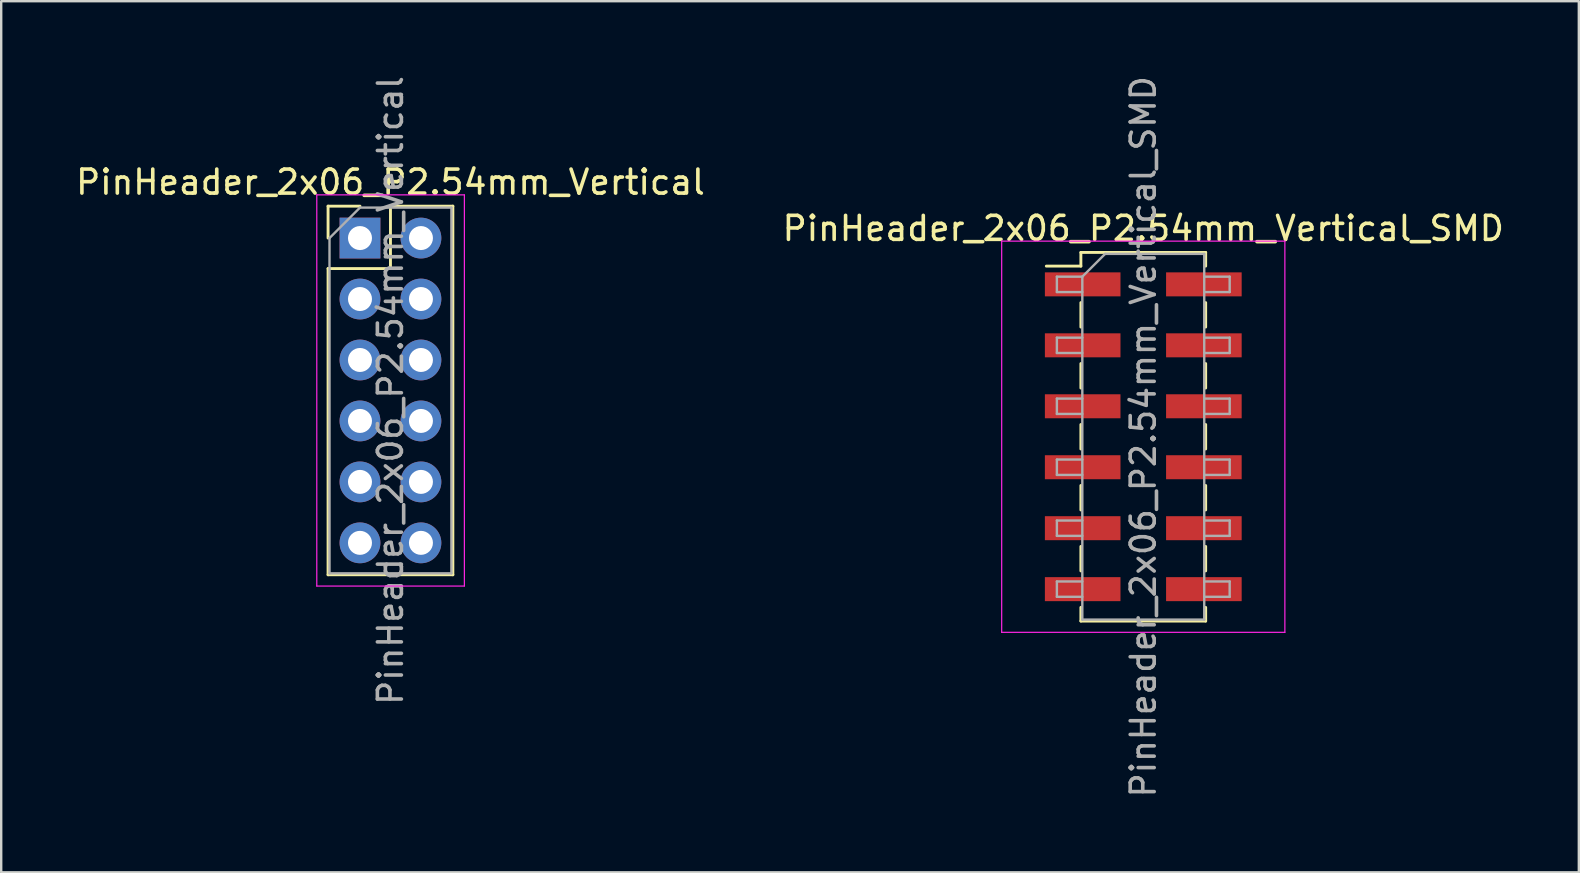
<source format=kicad_pcb>
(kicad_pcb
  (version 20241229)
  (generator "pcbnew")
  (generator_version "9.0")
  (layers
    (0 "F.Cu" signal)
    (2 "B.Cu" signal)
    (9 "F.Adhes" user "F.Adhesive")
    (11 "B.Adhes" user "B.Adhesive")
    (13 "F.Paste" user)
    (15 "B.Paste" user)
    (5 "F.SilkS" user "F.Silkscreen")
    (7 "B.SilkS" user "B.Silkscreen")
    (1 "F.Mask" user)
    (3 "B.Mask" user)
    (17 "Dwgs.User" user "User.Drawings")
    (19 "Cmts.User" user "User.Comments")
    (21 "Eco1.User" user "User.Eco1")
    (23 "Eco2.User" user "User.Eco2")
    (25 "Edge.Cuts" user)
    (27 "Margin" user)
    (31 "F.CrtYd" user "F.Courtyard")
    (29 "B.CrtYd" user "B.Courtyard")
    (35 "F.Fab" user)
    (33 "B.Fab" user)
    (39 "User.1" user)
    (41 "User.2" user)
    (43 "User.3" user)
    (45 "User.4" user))
  (footprint "PinHeader_2x06_P2.54mm_Vertical_SMD"
    (layer "F.Cu")
    (at 44.589 15.149)
    (property "Reference" "PinHeader_2x06_P2.54mm_Vertical_SMD" (at 0 -8.68 0) (layer "F.SilkS") (effects (font (size 1 1) (thickness 0.15))))
    (attr smd)
    (fp_line (start -4.04 -7.11) (end -2.6 -7.11) (stroke (width 0.12) (type solid)) (layer "F.SilkS"))
    (fp_line (start -2.6 -7.68) (end -2.6 -7.11) (stroke (width 0.12) (type solid)) (layer "F.SilkS"))
    (fp_line (start -2.6 -7.68) (end 2.6 -7.68) (stroke (width 0.12) (type solid)) (layer "F.SilkS"))
    (fp_line (start -2.6 -5.59) (end -2.6 -4.57) (stroke (width 0.12) (type solid)) (layer "F.SilkS"))
    (fp_line (start -2.6 -3.05) (end -2.6 -2.03) (stroke (width 0.12) (type solid)) (layer "F.SilkS"))
    (fp_line (start -2.6 -0.51) (end -2.6 0.51) (stroke (width 0.12) (type solid)) (layer "F.SilkS"))
    (fp_line (start -2.6 2.03) (end -2.6 3.05) (stroke (width 0.12) (type solid)) (layer "F.SilkS"))
    (fp_line (start -2.6 4.57) (end -2.6 5.59) (stroke (width 0.12) (type solid)) (layer "F.SilkS"))
    (fp_line (start -2.6 7.11) (end -2.6 7.68) (stroke (width 0.12) (type solid)) (layer "F.SilkS"))
    (fp_line (start -2.6 7.68) (end 2.6 7.68) (stroke (width 0.12) (type solid)) (layer "F.SilkS"))
    (fp_line (start 2.6 -7.68) (end 2.6 -7.11) (stroke (width 0.12) (type solid)) (layer "F.SilkS"))
    (fp_line (start 2.6 -5.59) (end 2.6 -4.57) (stroke (width 0.12) (type solid)) (layer "F.SilkS"))
    (fp_line (start 2.6 -3.05) (end 2.6 -2.03) (stroke (width 0.12) (type solid)) (layer "F.SilkS"))
    (fp_line (start 2.6 -0.51) (end 2.6 0.51) (stroke (width 0.12) (type solid)) (layer "F.SilkS"))
    (fp_line (start 2.6 2.03) (end 2.6 3.05) (stroke (width 0.12) (type solid)) (layer "F.SilkS"))
    (fp_line (start 2.6 4.57) (end 2.6 5.59) (stroke (width 0.12) (type solid)) (layer "F.SilkS"))
    (fp_line (start 2.6 7.11) (end 2.6 7.68) (stroke (width 0.12) (type solid)) (layer "F.SilkS"))
    (fp_line (start -5.9 -8.15) (end -5.9 8.15) (stroke (width 0.05) (type solid)) (layer "F.CrtYd"))
    (fp_line (start -5.9 8.15) (end 5.9 8.15) (stroke (width 0.05) (type solid)) (layer "F.CrtYd"))
    (fp_line (start 5.9 -8.15) (end -5.9 -8.15) (stroke (width 0.05) (type solid)) (layer "F.CrtYd"))
    (fp_line (start 5.9 8.15) (end 5.9 -8.15) (stroke (width 0.05) (type solid)) (layer "F.CrtYd"))
    (fp_line (start -3.6 -6.67) (end -3.6 -6.03) (stroke (width 0.1) (type solid)) (layer "F.Fab"))
    (fp_line (start -3.6 -6.03) (end -2.54 -6.03) (stroke (width 0.1) (type solid)) (layer "F.Fab"))
    (fp_line (start -3.6 -4.13) (end -3.6 -3.49) (stroke (width 0.1) (type solid)) (layer "F.Fab"))
    (fp_line (start -3.6 -3.49) (end -2.54 -3.49) (stroke (width 0.1) (type solid)) (layer "F.Fab"))
    (fp_line (start -3.6 -1.59) (end -3.6 -0.95) (stroke (width 0.1) (type solid)) (layer "F.Fab"))
    (fp_line (start -3.6 -0.95) (end -2.54 -0.95) (stroke (width 0.1) (type solid)) (layer "F.Fab"))
    (fp_line (start -3.6 0.95) (end -3.6 1.59) (stroke (width 0.1) (type solid)) (layer "F.Fab"))
    (fp_line (start -3.6 1.59) (end -2.54 1.59) (stroke (width 0.1) (type solid)) (layer "F.Fab"))
    (fp_line (start -3.6 3.49) (end -3.6 4.13) (stroke (width 0.1) (type solid)) (layer "F.Fab"))
    (fp_line (start -3.6 4.13) (end -2.54 4.13) (stroke (width 0.1) (type solid)) (layer "F.Fab"))
    (fp_line (start -3.6 6.03) (end -3.6 6.67) (stroke (width 0.1) (type solid)) (layer "F.Fab"))
    (fp_line (start -3.6 6.67) (end -2.54 6.67) (stroke (width 0.1) (type solid)) (layer "F.Fab"))
    (fp_line (start -2.54 -6.67) (end -3.6 -6.67) (stroke (width 0.1) (type solid)) (layer "F.Fab"))
    (fp_line (start -2.54 -6.67) (end -1.59 -7.62) (stroke (width 0.1) (type solid)) (layer "F.Fab"))
    (fp_line (start -2.54 -4.13) (end -3.6 -4.13) (stroke (width 0.1) (type solid)) (layer "F.Fab"))
    (fp_line (start -2.54 -1.59) (end -3.6 -1.59) (stroke (width 0.1) (type solid)) (layer "F.Fab"))
    (fp_line (start -2.54 0.95) (end -3.6 0.95) (stroke (width 0.1) (type solid)) (layer "F.Fab"))
    (fp_line (start -2.54 3.49) (end -3.6 3.49) (stroke (width 0.1) (type solid)) (layer "F.Fab"))
    (fp_line (start -2.54 6.03) (end -3.6 6.03) (stroke (width 0.1) (type solid)) (layer "F.Fab"))
    (fp_line (start -2.54 7.62) (end -2.54 -6.67) (stroke (width 0.1) (type solid)) (layer "F.Fab"))
    (fp_line (start -1.59 -7.62) (end 2.54 -7.62) (stroke (width 0.1) (type solid)) (layer "F.Fab"))
    (fp_line (start 2.54 -7.62) (end 2.54 7.62) (stroke (width 0.1) (type solid)) (layer "F.Fab"))
    (fp_line (start 2.54 -6.67) (end 3.6 -6.67) (stroke (width 0.1) (type solid)) (layer "F.Fab"))
    (fp_line (start 2.54 -4.13) (end 3.6 -4.13) (stroke (width 0.1) (type solid)) (layer "F.Fab"))
    (fp_line (start 2.54 -1.59) (end 3.6 -1.59) (stroke (width 0.1) (type solid)) (layer "F.Fab"))
    (fp_line (start 2.54 0.95) (end 3.6 0.95) (stroke (width 0.1) (type solid)) (layer "F.Fab"))
    (fp_line (start 2.54 3.49) (end 3.6 3.49) (stroke (width 0.1) (type solid)) (layer "F.Fab"))
    (fp_line (start 2.54 6.03) (end 3.6 6.03) (stroke (width 0.1) (type solid)) (layer "F.Fab"))
    (fp_line (start 2.54 7.62) (end -2.54 7.62) (stroke (width 0.1) (type solid)) (layer "F.Fab"))
    (fp_line (start 3.6 -6.67) (end 3.6 -6.03) (stroke (width 0.1) (type solid)) (layer "F.Fab"))
    (fp_line (start 3.6 -6.03) (end 2.54 -6.03) (stroke (width 0.1) (type solid)) (layer "F.Fab"))
    (fp_line (start 3.6 -4.13) (end 3.6 -3.49) (stroke (width 0.1) (type solid)) (layer "F.Fab"))
    (fp_line (start 3.6 -3.49) (end 2.54 -3.49) (stroke (width 0.1) (type solid)) (layer "F.Fab"))
    (fp_line (start 3.6 -1.59) (end 3.6 -0.95) (stroke (width 0.1) (type solid)) (layer "F.Fab"))
    (fp_line (start 3.6 -0.95) (end 2.54 -0.95) (stroke (width 0.1) (type solid)) (layer "F.Fab"))
    (fp_line (start 3.6 0.95) (end 3.6 1.59) (stroke (width 0.1) (type solid)) (layer "F.Fab"))
    (fp_line (start 3.6 1.59) (end 2.54 1.59) (stroke (width 0.1) (type solid)) (layer "F.Fab"))
    (fp_line (start 3.6 3.49) (end 3.6 4.13) (stroke (width 0.1) (type solid)) (layer "F.Fab"))
    (fp_line (start 3.6 4.13) (end 2.54 4.13) (stroke (width 0.1) (type solid)) (layer "F.Fab"))
    (fp_line (start 3.6 6.03) (end 3.6 6.67) (stroke (width 0.1) (type solid)) (layer "F.Fab"))
    (fp_line (start 3.6 6.67) (end 2.54 6.67) (stroke (width 0.1) (type solid)) (layer "F.Fab"))
    (fp_text user "${REFERENCE}" (at 0 0 90) (layer "F.Fab") (effects (font (size 1 1) (thickness 0.15))))
    (pad "1" smd rect (at -2.525 -6.35) (size 3.15 1) (layers "F.Cu" "F.Mask" "F.Paste"))
    (pad "2" smd rect (at 2.525 -6.35) (size 3.15 1) (layers "F.Cu" "F.Mask" "F.Paste"))
    (pad "3" smd rect (at -2.525 -3.81) (size 3.15 1) (layers "F.Cu" "F.Mask" "F.Paste"))
    (pad "4" smd rect (at 2.525 -3.81) (size 3.15 1) (layers "F.Cu" "F.Mask" "F.Paste"))
    (pad "5" smd rect (at -2.525 -1.27) (size 3.15 1) (layers "F.Cu" "F.Mask" "F.Paste"))
    (pad "6" smd rect (at 2.525 -1.27) (size 3.15 1) (layers "F.Cu" "F.Mask" "F.Paste"))
    (pad "7" smd rect (at -2.525 1.27) (size 3.15 1) (layers "F.Cu" "F.Mask" "F.Paste"))
    (pad "8" smd rect (at 2.525 1.27) (size 3.15 1) (layers "F.Cu" "F.Mask" "F.Paste"))
    (pad "9" smd rect (at -2.525 3.81) (size 3.15 1) (layers "F.Cu" "F.Mask" "F.Paste"))
    (pad "10" smd rect (at 2.525 3.81) (size 3.15 1) (layers "F.Cu" "F.Mask" "F.Paste"))
    (pad "11" smd rect (at -2.525 6.35) (size 3.15 1) (layers "F.Cu" "F.Mask" "F.Paste"))
    (pad "12" smd rect (at 2.525 6.35) (size 3.15 1) (layers "F.Cu" "F.Mask" "F.Paste")))
  (footprint "PinHeader_2x06_P2.54mm_Vertical"
    (layer "F.Cu")
    (at 11.95 6.87)
    (property "Reference" "PinHeader_2x06_P2.54mm_Vertical" (at 1.27 -2.33 0) (layer "F.SilkS") (effects (font (size 1 1) (thickness 0.15))))
    (attr through_hole)
    (fp_line (start -1.33 -1.33) (end 0 -1.33) (stroke (width 0.12) (type solid)) (layer "F.SilkS"))
    (fp_line (start -1.33 0) (end -1.33 -1.33) (stroke (width 0.12) (type solid)) (layer "F.SilkS"))
    (fp_line (start -1.33 1.27) (end -1.33 14.03) (stroke (width 0.12) (type solid)) (layer "F.SilkS"))
    (fp_line (start -1.33 1.27) (end 1.27 1.27) (stroke (width 0.12) (type solid)) (layer "F.SilkS"))
    (fp_line (start -1.33 14.03) (end 3.87 14.03) (stroke (width 0.12) (type solid)) (layer "F.SilkS"))
    (fp_line (start 1.27 -1.33) (end 3.87 -1.33) (stroke (width 0.12) (type solid)) (layer "F.SilkS"))
    (fp_line (start 1.27 1.27) (end 1.27 -1.33) (stroke (width 0.12) (type solid)) (layer "F.SilkS"))
    (fp_line (start 3.87 -1.33) (end 3.87 14.03) (stroke (width 0.12) (type solid)) (layer "F.SilkS"))
    (fp_line (start -1.8 -1.8) (end -1.8 14.5) (stroke (width 0.05) (type solid)) (layer "F.CrtYd"))
    (fp_line (start -1.8 14.5) (end 4.35 14.5) (stroke (width 0.05) (type solid)) (layer "F.CrtYd"))
    (fp_line (start 4.35 -1.8) (end -1.8 -1.8) (stroke (width 0.05) (type solid)) (layer "F.CrtYd"))
    (fp_line (start 4.35 14.5) (end 4.35 -1.8) (stroke (width 0.05) (type solid)) (layer "F.CrtYd"))
    (fp_line (start -1.27 0) (end 0 -1.27) (stroke (width 0.1) (type solid)) (layer "F.Fab"))
    (fp_line (start -1.27 13.97) (end -1.27 0) (stroke (width 0.1) (type solid)) (layer "F.Fab"))
    (fp_line (start 0 -1.27) (end 3.81 -1.27) (stroke (width 0.1) (type solid)) (layer "F.Fab"))
    (fp_line (start 3.81 -1.27) (end 3.81 13.97) (stroke (width 0.1) (type solid)) (layer "F.Fab"))
    (fp_line (start 3.81 13.97) (end -1.27 13.97) (stroke (width 0.1) (type solid)) (layer "F.Fab"))
    (fp_text user "${REFERENCE}" (at 1.27 6.35 90) (layer "F.Fab") (effects (font (size 1 1) (thickness 0.15))))
    (pad "1" thru_hole rect (at 0 0) (size 1.7 1.7) (drill 1) (layers "*.Cu" "*.Mask"))
    (pad "2" thru_hole oval (at 2.54 0) (size 1.7 1.7) (drill 1) (layers "*.Cu" "*.Mask"))
    (pad "3" thru_hole oval (at 0 2.54) (size 1.7 1.7) (drill 1) (layers "*.Cu" "*.Mask"))
    (pad "4" thru_hole oval (at 2.54 2.54) (size 1.7 1.7) (drill 1) (layers "*.Cu" "*.Mask"))
    (pad "5" thru_hole oval (at 0 5.08) (size 1.7 1.7) (drill 1) (layers "*.Cu" "*.Mask"))
    (pad "6" thru_hole oval (at 2.54 5.08) (size 1.7 1.7) (drill 1) (layers "*.Cu" "*.Mask"))
    (pad "7" thru_hole oval (at 0 7.62) (size 1.7 1.7) (drill 1) (layers "*.Cu" "*.Mask"))
    (pad "8" thru_hole oval (at 2.54 7.62) (size 1.7 1.7) (drill 1) (layers "*.Cu" "*.Mask"))
    (pad "9" thru_hole oval (at 0 10.16) (size 1.7 1.7) (drill 1) (layers "*.Cu" "*.Mask"))
    (pad "10" thru_hole oval (at 2.54 10.16) (size 1.7 1.7) (drill 1) (layers "*.Cu" "*.Mask"))
    (pad "11" thru_hole oval (at 0 12.7) (size 1.7 1.7) (drill 1) (layers "*.Cu" "*.Mask"))
    (pad "12" thru_hole oval (at 2.54 12.7) (size 1.7 1.7) (drill 1) (layers "*.Cu" "*.Mask")))
  (gr_rect
    (start -3 -3)
    (end 62.738 33.298)
    (stroke (width 0.1) (type default))
    (fill no)
    (layer "Edge.Cuts")))
</source>
